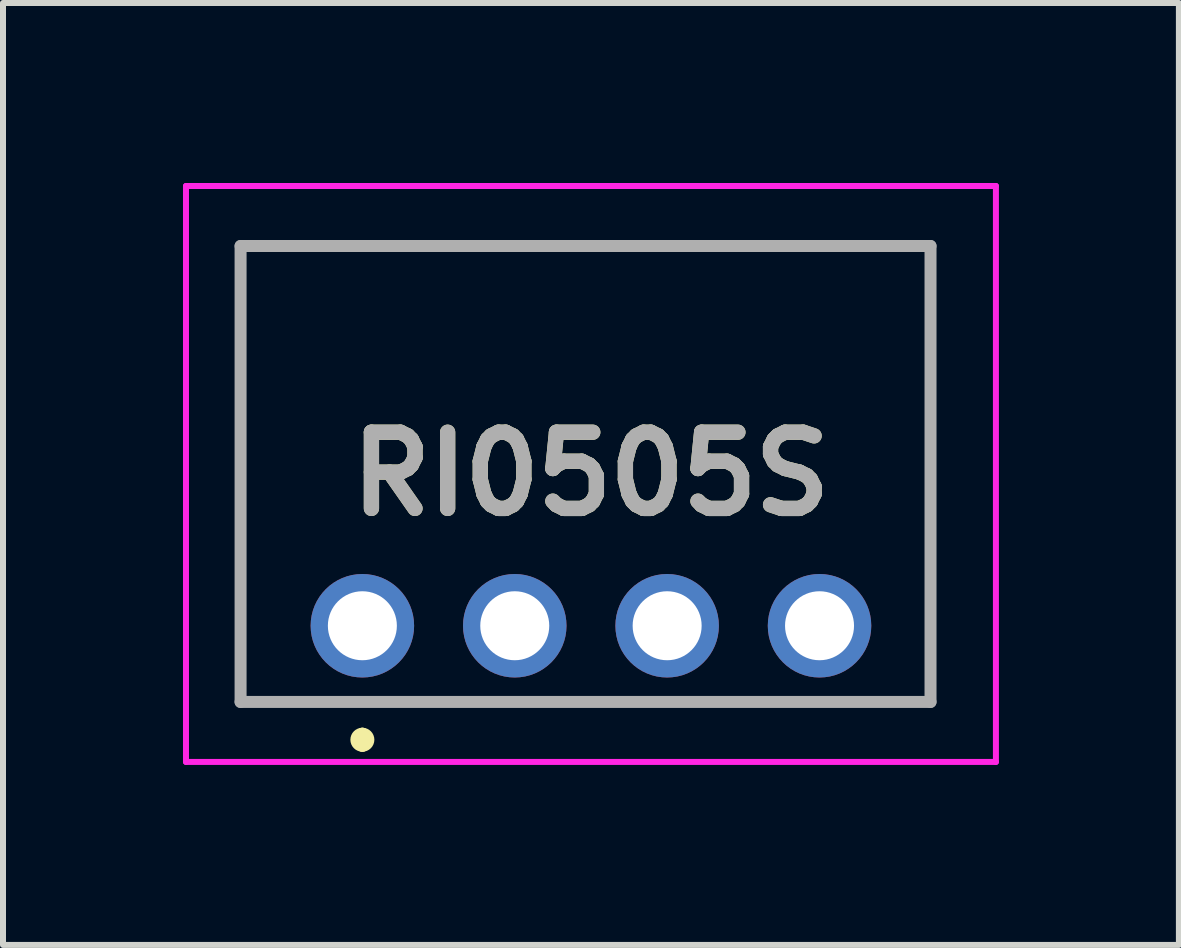
<source format=kicad_pcb>
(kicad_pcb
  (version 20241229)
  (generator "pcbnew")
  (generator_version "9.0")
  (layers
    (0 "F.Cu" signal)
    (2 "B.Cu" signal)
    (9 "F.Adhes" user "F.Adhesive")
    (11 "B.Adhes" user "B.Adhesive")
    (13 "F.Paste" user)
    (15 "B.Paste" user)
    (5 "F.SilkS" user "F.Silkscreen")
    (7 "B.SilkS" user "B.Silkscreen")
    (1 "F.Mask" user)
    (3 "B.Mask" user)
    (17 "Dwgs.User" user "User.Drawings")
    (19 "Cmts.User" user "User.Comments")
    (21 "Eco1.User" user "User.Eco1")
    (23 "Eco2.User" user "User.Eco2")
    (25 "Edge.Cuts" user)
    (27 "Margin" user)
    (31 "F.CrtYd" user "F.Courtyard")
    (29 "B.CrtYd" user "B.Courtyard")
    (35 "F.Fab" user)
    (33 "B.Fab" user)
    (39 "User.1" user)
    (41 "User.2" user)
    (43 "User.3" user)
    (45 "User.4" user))
  (footprint "RI0505S"
    (layer "F.Cu")
    (at 2.99 7.38)
    (property "Reference" "RI0505S" (at 3.81 -2.53 0) (layer "F.SilkS") (effects (font (size 1.27 1.27) (thickness 0.254))))
    (attr through_hole)
    (fp_line (start -2.03 -6.33) (end 9.47 -6.33) (stroke (width 0.1) (type solid)) (layer "F.SilkS"))
    (fp_line (start -2.03 1.27) (end -2.03 -6.33) (stroke (width 0.1) (type solid)) (layer "F.SilkS"))
    (fp_line (start 0 1.8) (end 0 1.8) (stroke (width 0.2) (type solid)) (layer "F.SilkS"))
    (fp_line (start 0 2) (end 0 2) (stroke (width 0.2) (type solid)) (layer "F.SilkS"))
    (fp_line (start 9.47 -6.33) (end 9.47 1.27) (stroke (width 0.1) (type solid)) (layer "F.SilkS"))
    (fp_line (start 9.47 1.27) (end -2.03 1.27) (stroke (width 0.1) (type solid)) (layer "F.SilkS"))
    (fp_arc (start 0 1.8) (mid 0.1 1.9) (end 0 2) (stroke (width 0.2) (type solid)) (layer "F.SilkS"))
    (fp_arc (start 0 2) (mid -0.1 1.9) (end 0 1.8) (stroke (width 0.2) (type solid)) (layer "F.SilkS"))
    (fp_line (start -2.94 -7.33) (end 10.56 -7.33) (stroke (width 0.1) (type solid)) (layer "F.CrtYd"))
    (fp_line (start -2.94 2.27) (end -2.94 -7.33) (stroke (width 0.1) (type solid)) (layer "F.CrtYd"))
    (fp_line (start 10.56 -7.33) (end 10.56 2.27) (stroke (width 0.1) (type solid)) (layer "F.CrtYd"))
    (fp_line (start 10.56 2.27) (end -2.94 2.27) (stroke (width 0.1) (type solid)) (layer "F.CrtYd"))
    (fp_line (start -2.03 -6.33) (end 9.47 -6.33) (stroke (width 0.2) (type solid)) (layer "F.Fab"))
    (fp_line (start -2.03 1.27) (end -2.03 -6.33) (stroke (width 0.2) (type solid)) (layer "F.Fab"))
    (fp_line (start 9.47 -6.33) (end 9.47 1.27) (stroke (width 0.2) (type solid)) (layer "F.Fab"))
    (fp_line (start 9.47 1.27) (end -2.03 1.27) (stroke (width 0.2) (type solid)) (layer "F.Fab"))
    (fp_text user "${REFERENCE}" (at 3.81 -2.53 0) (layer "F.Fab") (effects (font (size 1.27 1.27) (thickness 0.254))))
    (pad "1" thru_hole circle (at 0 0) (size 1.725 1.725) (drill 1.15) (layers "*.Cu" "*.Mask"))
    (pad "2" thru_hole circle (at 2.54 0) (size 1.725 1.725) (drill 1.15) (layers "*.Cu" "*.Mask"))
    (pad "3" thru_hole circle (at 5.08 0) (size 1.725 1.725) (drill 1.15) (layers "*.Cu" "*.Mask"))
    (pad "4" thru_hole circle (at 7.62 0) (size 1.725 1.725) (drill 1.15) (layers "*.Cu" "*.Mask")))
  (gr_rect
    (start -3 -3)
    (end 16.6 12.7)
    (stroke (width 0.1) (type default))
    (fill no)
    (layer "Edge.Cuts")))
</source>
